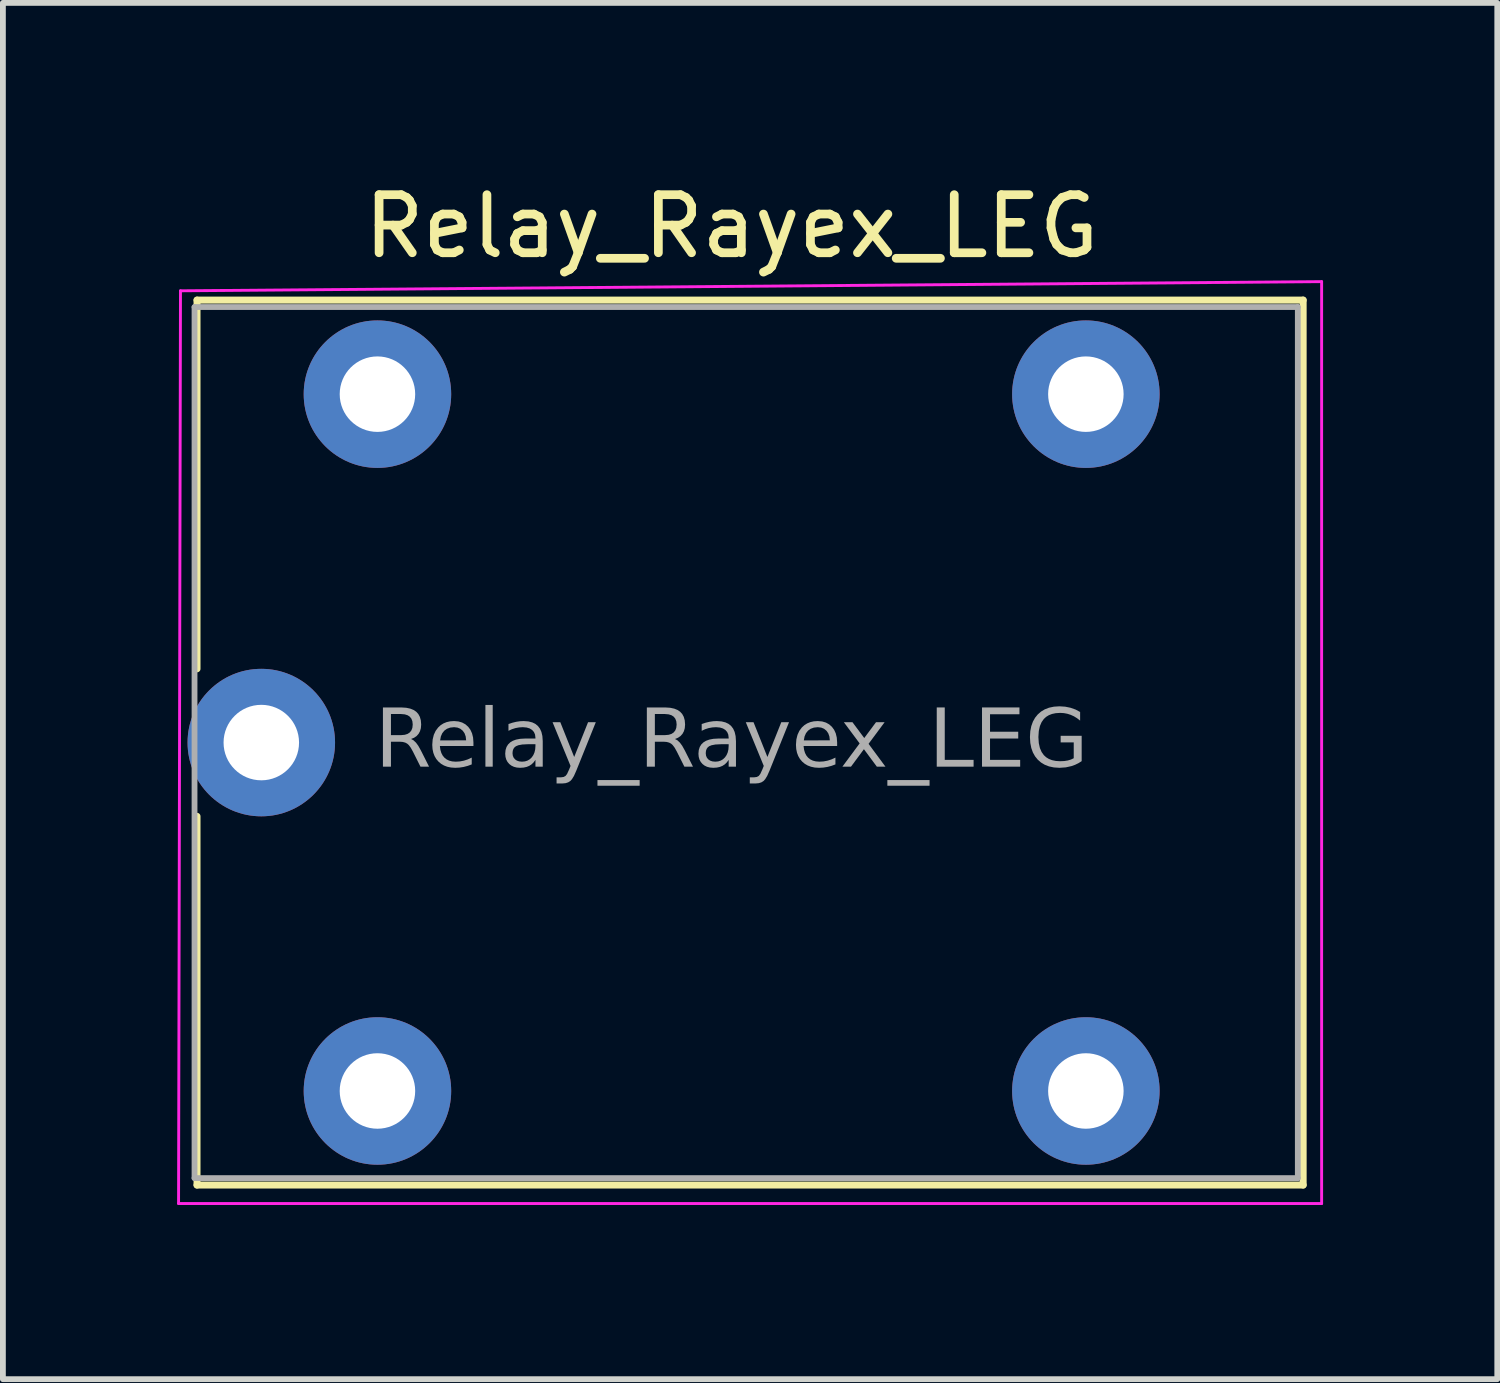
<source format=kicad_pcb>
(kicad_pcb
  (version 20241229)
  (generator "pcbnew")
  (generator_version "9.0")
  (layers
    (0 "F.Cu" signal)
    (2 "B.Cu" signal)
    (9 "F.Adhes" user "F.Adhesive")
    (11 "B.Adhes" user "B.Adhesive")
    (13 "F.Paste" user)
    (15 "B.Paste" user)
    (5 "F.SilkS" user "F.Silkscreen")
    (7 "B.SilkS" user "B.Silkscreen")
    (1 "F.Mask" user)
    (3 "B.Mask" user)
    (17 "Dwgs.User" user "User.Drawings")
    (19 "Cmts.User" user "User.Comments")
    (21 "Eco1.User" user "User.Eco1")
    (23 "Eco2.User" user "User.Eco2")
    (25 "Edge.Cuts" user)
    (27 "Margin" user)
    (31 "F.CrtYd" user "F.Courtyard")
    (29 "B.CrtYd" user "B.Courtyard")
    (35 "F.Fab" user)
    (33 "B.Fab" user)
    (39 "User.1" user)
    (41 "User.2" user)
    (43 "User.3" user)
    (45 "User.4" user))
  (footprint "Relay_Rayex_LEG"
    (layer "F.Cu")
    (at 9.55 9.738)
    (property "Reference" "Relay_Rayex_LEG" (at 0 -8.89 0) (layer "F.SilkS") (effects (font (size 1 1) (thickness 0.15))))
    (attr through_hole)
    (fp_line (start -9.207 -7.62) (end -9.207 -1.27) (stroke (width 0.12) (type solid)) (layer "F.SilkS"))
    (fp_line (start -9.207 -7.62) (end 9.842 -7.62) (stroke (width 0.12) (type solid)) (layer "F.SilkS"))
    (fp_line (start -9.207 1.27) (end -9.207 7.62) (stroke (width 0.12) (type solid)) (layer "F.SilkS"))
    (fp_line (start -9.207 7.62) (end 9.842 7.62) (stroke (width 0.12) (type solid)) (layer "F.SilkS"))
    (fp_line (start 9.842 7.62) (end 9.842 -7.62) (stroke (width 0.12) (type solid)) (layer "F.SilkS"))
    (fp_line (start -9.525 7.938) (end 10.16 7.938) (stroke (width 0.05) (type solid)) (layer "F.CrtYd"))
    (fp_line (start -9.492 -7.78) (end -9.525 7.938) (stroke (width 0.05) (type solid)) (layer "F.CrtYd"))
    (fp_line (start 10.16 -7.938) (end -9.492 -7.78) (stroke (width 0.05) (type solid)) (layer "F.CrtYd"))
    (fp_line (start 10.16 7.938) (end 10.16 -7.938) (stroke (width 0.05) (type solid)) (layer "F.CrtYd"))
    (fp_line (start -9.25 7.5) (end -9.25 -7.5) (stroke (width 0.1) (type solid)) (layer "F.Fab"))
    (fp_line (start -9.25 7.5) (end 9.75 7.5) (stroke (width 0.1) (type solid)) (layer "F.Fab"))
    (fp_line (start 9.75 -7.5) (end -9.25 -7.5) (stroke (width 0.1) (type solid)) (layer "F.Fab"))
    (fp_line (start 9.75 7.5) (end 9.75 -7.5) (stroke (width 0.1) (type solid)) (layer "F.Fab"))
    (fp_text user "${REFERENCE}" (at 0 0 0) (layer "F.Fab") (effects (font (face "Tahoma") (size 1 1) (thickness 0.15))))
    (pad "COIL1" thru_hole circle (at -6.1 -6) (size 2.54 2.54) (drill 1.3) (layers "*.Cu" "*.Mask"))
    (pad "COIL2" thru_hole circle (at -6.1 6) (size 2.54 2.54) (drill 1.3) (layers "*.Cu" "*.Mask"))
    (pad "COM1" thru_hole circle (at -8.1 0) (size 2.54 2.54) (drill 1.3) (layers "*.Cu" "*.Mask"))
    (pad "NC1" thru_hole circle (at 6.1 -6) (size 2.54 2.54) (drill 1.3) (layers "*.Cu" "*.Mask"))
    (pad "NO1" thru_hole circle (at 6.1 6) (size 2.54 2.54) (drill 1.3) (layers "*.Cu" "*.Mask")))
  (gr_rect
    (start -3 -3)
    (end 22.735 20.701)
    (stroke (width 0.1) (type default))
    (fill no)
    (layer "Edge.Cuts")))
</source>
